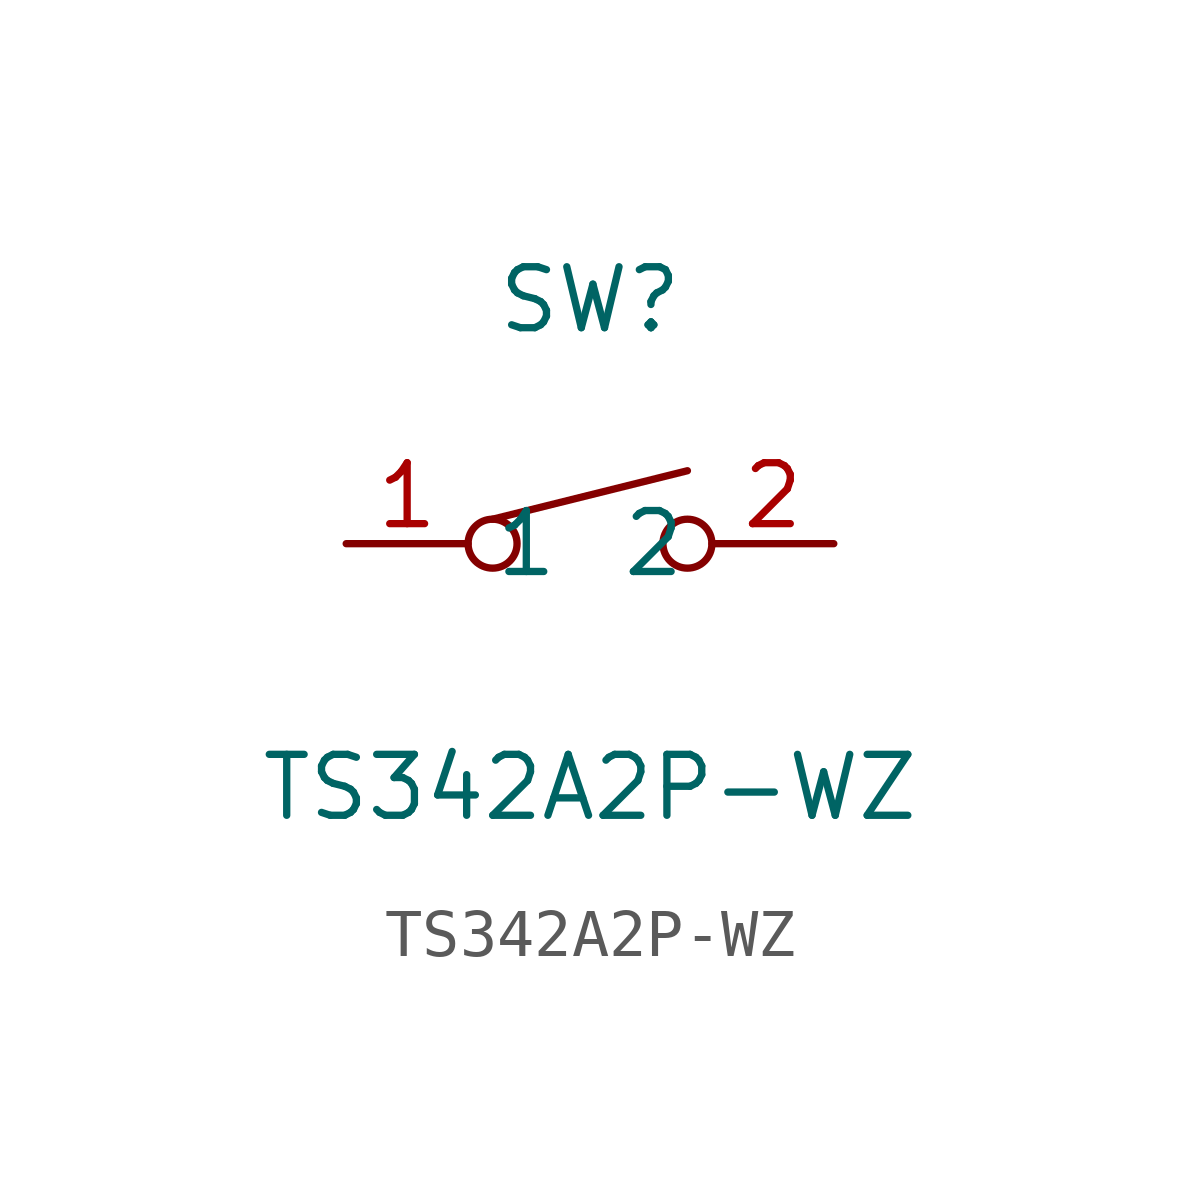
<source format=kicad_sym>
(kicad_symbol_lib
  (version 20211014)
  (generator https://github.com/uPesy/easyeda2kicad.py)
  (symbol "TS342A2P-WZ"
    (property "Reference" "SW"
      (at 0 5.08 0)
      (effects (font (size 1.27 1.27))))
    (property "Value" "TS342A2P-WZ"
      (at 0 -5.08 0)
      (effects (font (size 1.27 1.27))))
    (symbol "TS342A2P-WZ_0_1"
      (circle (center -2.03 -0.00) (radius 0.51) (stroke (width 0) (type default) (color 0 0 0 0)) (fill (type none)))
      (circle (center 2.03 -0.00) (radius 0.51) (stroke (width 0) (type default) (color 0 0 0 0)) (fill (type none)))
      (polyline (pts (xy 2.03 1.52) (xy -2.03 0.51)) (stroke (width 0) (type default) (color 0 0 0 0)) (fill (type none)))
      (pin unspecified line (at 5.08 -0.00 180) (length 2.54) (name "2" (effects (font (size 1.27 1.27)))) (number "2" (effects (font (size 1.27 1.27)))))
      (pin unspecified line (at -5.08 -0.00 0) (length 2.54) (name "1" (effects (font (size 1.27 1.27)))) (number "1" (effects (font (size 1.27 1.27))))))))
</source>
